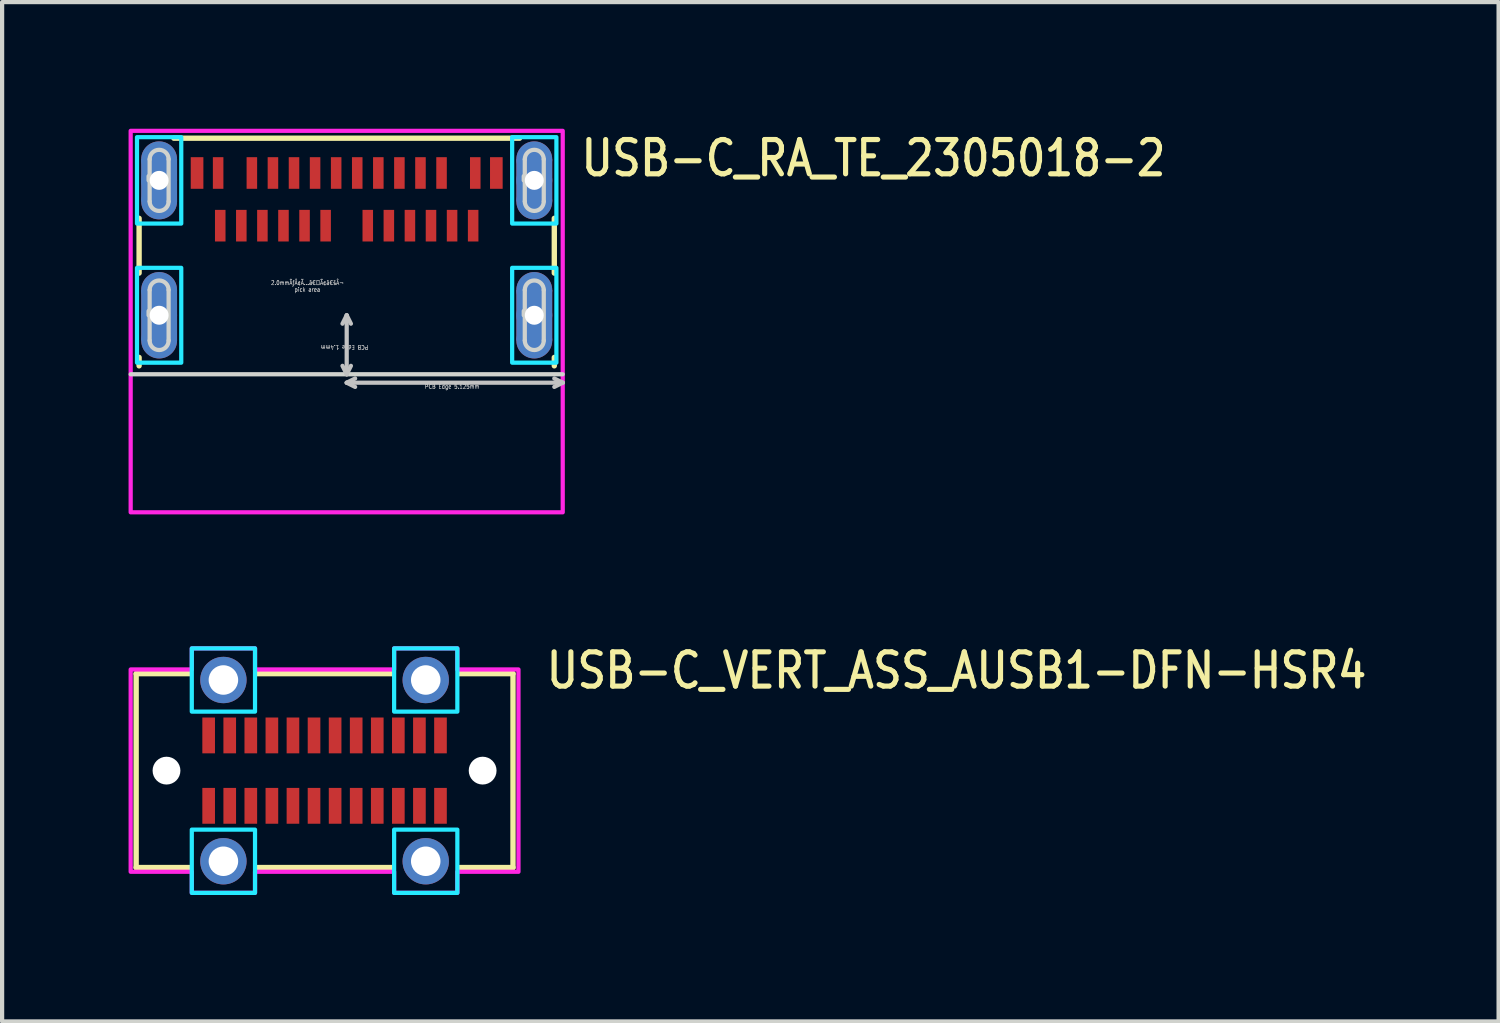
<source format=kicad_pcb>
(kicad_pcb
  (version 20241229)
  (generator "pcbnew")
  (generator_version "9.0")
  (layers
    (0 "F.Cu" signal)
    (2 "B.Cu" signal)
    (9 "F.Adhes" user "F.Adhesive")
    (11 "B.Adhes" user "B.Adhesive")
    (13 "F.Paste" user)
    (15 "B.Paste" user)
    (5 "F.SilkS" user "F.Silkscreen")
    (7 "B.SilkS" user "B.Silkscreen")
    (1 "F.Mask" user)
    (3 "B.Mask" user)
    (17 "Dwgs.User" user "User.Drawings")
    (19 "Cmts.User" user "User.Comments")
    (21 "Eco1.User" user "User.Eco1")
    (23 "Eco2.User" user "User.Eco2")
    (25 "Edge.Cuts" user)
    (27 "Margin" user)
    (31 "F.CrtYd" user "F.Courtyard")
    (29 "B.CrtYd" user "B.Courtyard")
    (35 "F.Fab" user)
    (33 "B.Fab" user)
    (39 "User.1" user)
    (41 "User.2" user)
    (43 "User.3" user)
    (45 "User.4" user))
  (footprint "USB-C_VERT_ASS_AUSB1-DFN-HSR4"
    (layer "F.Cu")
    (at 4.65 15.232)
    (property "Reference" "USB-C_VERT_ASS_AUSB1-DFN-HSR4" (at 5.2 -1.9 0) (unlocked yes) (layer "F.SilkS") (effects (font (size 0.813 0.695) (thickness 0.122)) (justify left bottom)))
    (fp_line (start -4.47 -2.3) (end -4.47 2.3) (stroke (width 0.127) (type solid)) (layer "F.SilkS"))
    (fp_line (start -4.47 2.3) (end -3.2 2.3) (stroke (width 0.127) (type solid)) (layer "F.SilkS"))
    (fp_line (start -3.2 -2.3) (end -4.47 -2.3) (stroke (width 0.127) (type solid)) (layer "F.SilkS"))
    (fp_line (start -1.6 2.3) (end 1.6 2.3) (stroke (width 0.127) (type solid)) (layer "F.SilkS"))
    (fp_line (start 1.6 -2.3) (end -1.6 -2.3) (stroke (width 0.127) (type solid)) (layer "F.SilkS"))
    (fp_line (start 3.2 2.3) (end 4.47 2.3) (stroke (width 0.127) (type solid)) (layer "F.SilkS"))
    (fp_line (start 4.47 -2.3) (end 3.2 -2.3) (stroke (width 0.127) (type solid)) (layer "F.SilkS"))
    (fp_line (start 4.47 2.3) (end 4.47 -2.3) (stroke (width 0.127) (type solid)) (layer "F.SilkS"))
    (fp_poly (pts (xy -3.15 -2.9) (xy -1.65 -2.9) (xy -1.65 -1.4) (xy -3.15 -1.4)) (stroke (width 0.1) (type solid)) (fill no) (layer "B.CrtYd"))
    (fp_poly (pts (xy -3.15 1.4) (xy -1.65 1.4) (xy -1.65 2.9) (xy -3.15 2.9)) (stroke (width 0.1) (type solid)) (fill no) (layer "B.CrtYd"))
    (fp_poly (pts (xy 1.65 -1.4) (xy 3.15 -1.4) (xy 3.15 -2.9) (xy 1.65 -2.9)) (stroke (width 0.1) (type solid)) (fill no) (layer "B.CrtYd"))
    (fp_poly (pts (xy 1.65 1.4) (xy 3.15 1.4) (xy 3.15 2.9) (xy 1.65 2.9)) (stroke (width 0.1) (type solid)) (fill no) (layer "B.CrtYd"))
    (fp_poly (pts (xy -4.6 -2.4) (xy -3.15 -2.4) (xy -3.15 -2.9) (xy -1.65 -2.9) (xy -1.65 -2.4) (xy 1.65 -2.4) (xy 1.65 -2.9) (xy 3.15 -2.9) (xy 3.15 -2.4) (xy 4.6 -2.4) (xy 4.6 2.4) (xy 3.15 2.4) (xy 3.15 2.9) (xy 1.65 2.9) (xy 1.65 2.4) (xy -1.65 2.4) (xy -1.65 2.9) (xy -3.15 2.9) (xy -3.15 2.4) (xy -4.6 2.4)) (stroke (width 0.1) (type solid)) (fill no) (layer "F.CrtYd"))
    (pad "" np_thru_hole circle (at -3.75 0) (size 0.66 0.66) (drill 0.66) (layers "*.Cu" "*.Mask"))
    (pad "" np_thru_hole circle (at 3.75 0) (size 0.66 0.66) (drill 0.66) (layers "*.Cu" "*.Mask"))
    (pad "A_1" smd rect (at -2.75 -0.835) (size 0.3 0.85) (layers "F.Cu" "F.Mask" "F.Paste"))
    (pad "A_2" smd rect (at -2.25 -0.835) (size 0.3 0.85) (layers "F.Cu" "F.Mask" "F.Paste"))
    (pad "A_3" smd rect (at -1.75 -0.835) (size 0.3 0.85) (layers "F.Cu" "F.Mask" "F.Paste"))
    (pad "A_4" smd rect (at -1.25 -0.835) (size 0.3 0.85) (layers "F.Cu" "F.Mask" "F.Paste"))
    (pad "A_5" smd rect (at -0.75 -0.835) (size 0.3 0.85) (layers "F.Cu" "F.Mask" "F.Paste"))
    (pad "A_6" smd rect (at -0.25 -0.835) (size 0.3 0.85) (layers "F.Cu" "F.Mask" "F.Paste"))
    (pad "A_7" smd rect (at 0.25 -0.835) (size 0.3 0.85) (layers "F.Cu" "F.Mask" "F.Paste"))
    (pad "A_8" smd rect (at 0.75 -0.835) (size 0.3 0.85) (layers "F.Cu" "F.Mask" "F.Paste"))
    (pad "A_9" smd rect (at 1.25 -0.835) (size 0.3 0.85) (layers "F.Cu" "F.Mask" "F.Paste"))
    (pad "A_10" smd rect (at 1.75 -0.835) (size 0.3 0.85) (layers "F.Cu" "F.Mask" "F.Paste"))
    (pad "A_11" smd rect (at 2.25 -0.835) (size 0.3 0.85) (layers "F.Cu" "F.Mask" "F.Paste"))
    (pad "A_12" smd rect (at 2.75 -0.835) (size 0.3 0.85) (layers "F.Cu" "F.Mask" "F.Paste"))
    (pad "B_1" smd rect (at 2.75 0.835) (size 0.3 0.85) (layers "F.Cu" "F.Mask" "F.Paste"))
    (pad "B_2" smd rect (at 2.25 0.835) (size 0.3 0.85) (layers "F.Cu" "F.Mask" "F.Paste"))
    (pad "B_3" smd rect (at 1.75 0.835) (size 0.3 0.85) (layers "F.Cu" "F.Mask" "F.Paste"))
    (pad "B_4" smd rect (at 1.25 0.835) (size 0.3 0.85) (layers "F.Cu" "F.Mask" "F.Paste"))
    (pad "B_5" smd rect (at 0.75 0.835) (size 0.3 0.85) (layers "F.Cu" "F.Mask" "F.Paste"))
    (pad "B_6" smd rect (at 0.25 0.835) (size 0.3 0.85) (layers "F.Cu" "F.Mask" "F.Paste"))
    (pad "B_7" smd rect (at -0.25 0.835) (size 0.3 0.85) (layers "F.Cu" "F.Mask" "F.Paste"))
    (pad "B_8" smd rect (at -0.75 0.835) (size 0.3 0.85) (layers "F.Cu" "F.Mask" "F.Paste"))
    (pad "B_9" smd rect (at -1.25 0.835) (size 0.3 0.85) (layers "F.Cu" "F.Mask" "F.Paste"))
    (pad "B_10" smd rect (at -1.75 0.835) (size 0.3 0.85) (layers "F.Cu" "F.Mask" "F.Paste"))
    (pad "B_11" smd rect (at -2.25 0.835) (size 0.3 0.85) (layers "F.Cu" "F.Mask" "F.Paste"))
    (pad "B_12" smd rect (at -2.75 0.835) (size 0.3 0.85) (layers "F.Cu" "F.Mask" "F.Paste"))
    (pad "S_1" thru_hole oval (at -2.4 -2.15) (size 1.1 1.1) (drill 0.7) (layers "*.Cu" "*.Mask"))
    (pad "S_2" thru_hole oval (at 2.4 -2.15) (size 1.1 1.1) (drill 0.7) (layers "*.Cu" "*.Mask"))
    (pad "S_3" thru_hole oval (at -2.4 2.15) (size 1.1 1.1) (drill 0.7) (layers "*.Cu" "*.Mask"))
    (pad "S_4" thru_hole oval (at 2.4 2.15) (size 1.1 1.1) (drill 0.7) (layers "*.Cu" "*.Mask")))
  (footprint "USB-C_RA_TE_2305018-2"
    (layer "F.Cu")
    (at 5.175 4.429)
    (property "Reference" "USB-C_RA_TE_2305018-2" (at 5.5 -3.25 0) (unlocked yes) (layer "F.SilkS") (effects (font (size 0.813 0.695) (thickness 0.122)) (justify left bottom)))
    (fp_circle (center -4.45 -3.7) (end -4.875 -3.7) (stroke (width 0) (type solid)) (fill yes) (layer "F.Cu"))
    (fp_circle (center -4.45 -2.7) (end -4.025 -2.7) (stroke (width 0) (type solid)) (fill yes) (layer "F.Cu"))
    (fp_circle (center -4.45 -0.6) (end -4.875 -0.6) (stroke (width 0) (type solid)) (fill yes) (layer "F.Cu"))
    (fp_circle (center -4.45 0.6) (end -4.025 0.6) (stroke (width 0) (type solid)) (fill yes) (layer "F.Cu"))
    (fp_circle (center 4.45 -3.7) (end 4.025 -3.7) (stroke (width 0) (type solid)) (fill yes) (layer "F.Cu"))
    (fp_circle (center 4.45 -2.7) (end 4.875 -2.7) (stroke (width 0) (type solid)) (fill yes) (layer "F.Cu"))
    (fp_circle (center 4.45 -0.6) (end 4.025 -0.6) (stroke (width 0) (type solid)) (fill yes) (layer "F.Cu"))
    (fp_circle (center 4.45 0.6) (end 4.875 0.6) (stroke (width 0) (type solid)) (fill yes) (layer "F.Cu"))
    (fp_poly (pts (xy -4.875 -3.7) (xy -4.025 -3.7) (xy -4.025 -2.7) (xy -4.875 -2.7)) (stroke (width 0) (type solid)) (fill yes) (layer "F.Cu"))
    (fp_poly (pts (xy -4.875 -0.6) (xy -4.025 -0.6) (xy -4.025 0.6) (xy -4.875 0.6)) (stroke (width 0) (type solid)) (fill yes) (layer "F.Cu"))
    (fp_poly (pts (xy 4.025 -3.7) (xy 4.875 -3.7) (xy 4.875 -2.7) (xy 4.025 -2.7)) (stroke (width 0) (type solid)) (fill yes) (layer "F.Cu"))
    (fp_poly (pts (xy 4.025 -0.6) (xy 4.875 -0.6) (xy 4.875 0.6) (xy 4.025 0.6)) (stroke (width 0) (type solid)) (fill yes) (layer "F.Cu"))
    (fp_circle (center -4.45 -3.7) (end -4.975 -3.7) (stroke (width 0) (type solid)) (fill yes) (layer "F.Mask"))
    (fp_circle (center -4.45 -2.7) (end -3.925 -2.7) (stroke (width 0) (type solid)) (fill yes) (layer "F.Mask"))
    (fp_circle (center -4.45 -0.6) (end -4.975 -0.6) (stroke (width 0) (type solid)) (fill yes) (layer "F.Mask"))
    (fp_circle (center -4.45 0.6) (end -3.925 0.6) (stroke (width 0) (type solid)) (fill yes) (layer "F.Mask"))
    (fp_circle (center 4.45 -3.7) (end 3.925 -3.7) (stroke (width 0) (type solid)) (fill yes) (layer "F.Mask"))
    (fp_circle (center 4.45 -2.7) (end 4.975 -2.7) (stroke (width 0) (type solid)) (fill yes) (layer "F.Mask"))
    (fp_circle (center 4.45 -0.6) (end 3.925 -0.6) (stroke (width 0) (type solid)) (fill yes) (layer "F.Mask"))
    (fp_circle (center 4.45 0.6) (end 4.975 0.6) (stroke (width 0) (type solid)) (fill yes) (layer "F.Mask"))
    (fp_poly (pts (xy -4.975 -3.7) (xy -3.925 -3.7) (xy -3.925 -2.7) (xy -4.975 -2.7)) (stroke (width 0) (type solid)) (fill yes) (layer "F.Mask"))
    (fp_poly (pts (xy -4.975 -0.6) (xy -3.925 -0.6) (xy -3.925 0.6) (xy -4.975 0.6)) (stroke (width 0) (type solid)) (fill yes) (layer "F.Mask"))
    (fp_poly (pts (xy 3.925 -3.7) (xy 4.975 -3.7) (xy 4.975 -2.7) (xy 3.925 -2.7)) (stroke (width 0) (type solid)) (fill yes) (layer "F.Mask"))
    (fp_poly (pts (xy 3.925 -0.6) (xy 4.975 -0.6) (xy 4.975 0.6) (xy 3.925 0.6)) (stroke (width 0) (type solid)) (fill yes) (layer "F.Mask"))
    (fp_circle (center -4.45 -3.7) (end -4.875 -3.7) (stroke (width 0) (type solid)) (fill yes) (layer "B.Cu"))
    (fp_circle (center -4.45 -2.7) (end -4.025 -2.7) (stroke (width 0) (type solid)) (fill yes) (layer "B.Cu"))
    (fp_circle (center -4.45 -0.6) (end -4.875 -0.6) (stroke (width 0) (type solid)) (fill yes) (layer "B.Cu"))
    (fp_circle (center -4.45 0.6) (end -4.025 0.6) (stroke (width 0) (type solid)) (fill yes) (layer "B.Cu"))
    (fp_circle (center 4.45 -3.7) (end 4.025 -3.7) (stroke (width 0) (type solid)) (fill yes) (layer "B.Cu"))
    (fp_circle (center 4.45 -2.7) (end 4.875 -2.7) (stroke (width 0) (type solid)) (fill yes) (layer "B.Cu"))
    (fp_circle (center 4.45 -0.6) (end 4.025 -0.6) (stroke (width 0) (type solid)) (fill yes) (layer "B.Cu"))
    (fp_circle (center 4.45 0.6) (end 4.875 0.6) (stroke (width 0) (type solid)) (fill yes) (layer "B.Cu"))
    (fp_poly (pts (xy -4.875 -3.7) (xy -4.025 -3.7) (xy -4.025 -2.7) (xy -4.875 -2.7)) (stroke (width 0) (type solid)) (fill yes) (layer "B.Cu"))
    (fp_poly (pts (xy -4.875 -0.6) (xy -4.025 -0.6) (xy -4.025 0.6) (xy -4.875 0.6)) (stroke (width 0) (type solid)) (fill yes) (layer "B.Cu"))
    (fp_poly (pts (xy 4.025 -3.7) (xy 4.875 -3.7) (xy 4.875 -2.7) (xy 4.025 -2.7)) (stroke (width 0) (type solid)) (fill yes) (layer "B.Cu"))
    (fp_poly (pts (xy 4.025 -0.6) (xy 4.875 -0.6) (xy 4.875 0.6) (xy 4.025 0.6)) (stroke (width 0) (type solid)) (fill yes) (layer "B.Cu"))
    (fp_circle (center -4.45 -3.7) (end -4.975 -3.7) (stroke (width 0) (type solid)) (fill yes) (layer "B.Mask"))
    (fp_circle (center -4.45 -2.7) (end -3.925 -2.7) (stroke (width 0) (type solid)) (fill yes) (layer "B.Mask"))
    (fp_circle (center -4.45 -0.6) (end -4.975 -0.6) (stroke (width 0) (type solid)) (fill yes) (layer "B.Mask"))
    (fp_circle (center -4.45 0.6) (end -3.925 0.6) (stroke (width 0) (type solid)) (fill yes) (layer "B.Mask"))
    (fp_circle (center 4.45 -3.7) (end 3.925 -3.7) (stroke (width 0) (type solid)) (fill yes) (layer "B.Mask"))
    (fp_circle (center 4.45 -2.7) (end 4.975 -2.7) (stroke (width 0) (type solid)) (fill yes) (layer "B.Mask"))
    (fp_circle (center 4.45 -0.6) (end 3.925 -0.6) (stroke (width 0) (type solid)) (fill yes) (layer "B.Mask"))
    (fp_circle (center 4.45 0.6) (end 4.975 0.6) (stroke (width 0) (type solid)) (fill yes) (layer "B.Mask"))
    (fp_poly (pts (xy -4.975 -3.7) (xy -3.925 -3.7) (xy -3.925 -2.7) (xy -4.975 -2.7)) (stroke (width 0) (type solid)) (fill yes) (layer "B.Mask"))
    (fp_poly (pts (xy -4.975 -0.6) (xy -3.925 -0.6) (xy -3.925 0.6) (xy -4.975 0.6)) (stroke (width 0) (type solid)) (fill yes) (layer "B.Mask"))
    (fp_poly (pts (xy 3.925 -3.7) (xy 4.975 -3.7) (xy 4.975 -2.7) (xy 3.925 -2.7)) (stroke (width 0) (type solid)) (fill yes) (layer "B.Mask"))
    (fp_poly (pts (xy 3.925 -0.6) (xy 4.975 -0.6) (xy 4.975 0.6) (xy 3.925 0.6)) (stroke (width 0) (type solid)) (fill yes) (layer "B.Mask"))
    (fp_line (start -4.925 -1) (end -4.925 -2.3) (stroke (width 0.127) (type solid)) (layer "F.SilkS"))
    (fp_line (start -4.925 1.2) (end -4.925 1) (stroke (width 0.127) (type solid)) (layer "F.SilkS"))
    (fp_line (start -4.1 -4.2) (end 4.1 -4.2) (stroke (width 0.127) (type solid)) (layer "F.SilkS"))
    (fp_line (start 4.925 -2.3) (end 4.925 -1) (stroke (width 0.127) (type solid)) (layer "F.SilkS"))
    (fp_line (start 4.925 1) (end 4.925 1.2) (stroke (width 0.127) (type solid)) (layer "F.SilkS"))
    (fp_line (start 0 0) (end -0.1 0.2) (stroke (width 0.1) (type solid)) (layer "Dwgs.User"))
    (fp_line (start 0 0) (end 0 1.4) (stroke (width 0.1) (type solid)) (layer "Dwgs.User"))
    (fp_line (start 0 0) (end 0.1 0.2) (stroke (width 0.1) (type solid)) (layer "Dwgs.User"))
    (fp_line (start 0 1.4) (end -0.1 1.2) (stroke (width 0.1) (type solid)) (layer "Dwgs.User"))
    (fp_line (start 0 1.4) (end 0.1 1.2) (stroke (width 0.1) (type solid)) (layer "Dwgs.User"))
    (fp_line (start 0 1.6) (end 0.2 1.5) (stroke (width 0.1) (type solid)) (layer "Dwgs.User"))
    (fp_line (start 0 1.6) (end 0.2 1.7) (stroke (width 0.1) (type solid)) (layer "Dwgs.User"))
    (fp_line (start 0 1.6) (end 5.125 1.6) (stroke (width 0.1) (type solid)) (layer "Dwgs.User"))
    (fp_line (start 5.125 1.6) (end 4.925 1.5) (stroke (width 0.1) (type solid)) (layer "Dwgs.User"))
    (fp_line (start 5.125 1.6) (end 4.925 1.7) (stroke (width 0.1) (type solid)) (layer "Dwgs.User"))
    (fp_circle (center 0 0.25) (end 1 0.25) (stroke (width 0.0001) (type solid)) (fill no) (layer "Dwgs.User"))
    (fp_line (start -5.125 1.4) (end 5.125 1.4) (stroke (width 0.1) (type solid)) (layer "Edge.Cuts"))
    (fp_line (start -4.7 -3.2) (end -4.7 -3.3) (stroke (width 0.1) (type solid)) (layer "Edge.Cuts"))
    (fp_line (start -4.7 0) (end -4.7 -0.1) (stroke (width 0.1) (type solid)) (layer "Edge.Cuts"))
    (fp_line (start -4.675 -3.7) (end -4.675 -2.7) (stroke (width 0.1) (type solid)) (layer "Edge.Cuts"))
    (fp_line (start -4.675 -0.6) (end -4.675 0.6) (stroke (width 0.1) (type solid)) (layer "Edge.Cuts"))
    (fp_line (start -4.225 -3.7) (end -4.225 -2.7) (stroke (width 0.1) (type solid)) (layer "Edge.Cuts"))
    (fp_line (start -4.225 -0.6) (end -4.225 0.6) (stroke (width 0.1) (type solid)) (layer "Edge.Cuts"))
    (fp_line (start 4.2 -3.2) (end 4.2 -3.3) (stroke (width 0.1) (type solid)) (layer "Edge.Cuts"))
    (fp_line (start 4.2 0) (end 4.2 -0.1) (stroke (width 0.1) (type solid)) (layer "Edge.Cuts"))
    (fp_line (start 4.225 -3.7) (end 4.225 -2.7) (stroke (width 0.1) (type solid)) (layer "Edge.Cuts"))
    (fp_line (start 4.225 -0.6) (end 4.225 0.6) (stroke (width 0.1) (type solid)) (layer "Edge.Cuts"))
    (fp_line (start 4.675 -3.7) (end 4.675 -2.7) (stroke (width 0.1) (type solid)) (layer "Edge.Cuts"))
    (fp_line (start 4.675 -0.6) (end 4.675 0.6) (stroke (width 0.1) (type solid)) (layer "Edge.Cuts"))
    (fp_arc (start -4.675 -3.7) (mid -4.45 -3.925) (end -4.225 -3.7) (stroke (width 0.1) (type solid)) (layer "Edge.Cuts"))
    (fp_arc (start -4.675 -0.6) (mid -4.45 -0.825) (end -4.225 -0.6) (stroke (width 0.1) (type solid)) (layer "Edge.Cuts"))
    (fp_arc (start -4.225 -2.7) (mid -4.45 -2.475) (end -4.675 -2.7) (stroke (width 0.1) (type solid)) (layer "Edge.Cuts"))
    (fp_arc (start -4.225 0.6) (mid -4.45 0.825) (end -4.675 0.6) (stroke (width 0.1) (type solid)) (layer "Edge.Cuts"))
    (fp_arc (start 4.225 -3.7) (mid 4.45 -3.925) (end 4.675 -3.7) (stroke (width 0.1) (type solid)) (layer "Edge.Cuts"))
    (fp_arc (start 4.225 -0.6) (mid 4.45 -0.825) (end 4.675 -0.6) (stroke (width 0.1) (type solid)) (layer "Edge.Cuts"))
    (fp_arc (start 4.675 -2.7) (mid 4.45 -2.475) (end 4.225 -2.7) (stroke (width 0.1) (type solid)) (layer "Edge.Cuts"))
    (fp_arc (start 4.675 0.6) (mid 4.45 0.825) (end 4.225 0.6) (stroke (width 0.1) (type solid)) (layer "Edge.Cuts"))
    (fp_poly (pts (xy -4.975 -4.225) (xy -3.925 -4.225) (xy -3.925 -2.175) (xy -4.975 -2.175)) (stroke (width 0.1) (type solid)) (fill no) (layer "B.CrtYd"))
    (fp_poly (pts (xy -4.975 -1.125) (xy -3.925 -1.125) (xy -3.925 1.125) (xy -4.975 1.125)) (stroke (width 0.1) (type solid)) (fill no) (layer "B.CrtYd"))
    (fp_poly (pts (xy 3.925 -4.225) (xy 4.975 -4.225) (xy 4.975 -2.175) (xy 3.925 -2.175)) (stroke (width 0.1) (type solid)) (fill no) (layer "B.CrtYd"))
    (fp_poly (pts (xy 3.925 -1.125) (xy 4.975 -1.125) (xy 4.975 1.125) (xy 3.925 1.125)) (stroke (width 0.1) (type solid)) (fill no) (layer "B.CrtYd"))
    (fp_poly (pts (xy -5.125 -4.375) (xy 5.125 -4.375) (xy 5.125 4.675) (xy -5.125 4.675)) (stroke (width 0.1) (type solid)) (fill no) (layer "F.CrtYd"))
    (fp_text user "PCB Edge 1.4mm" (at -0.05 0.7 180) (unlocked yes) (layer "Dwgs.User") (effects (font (size 0.1 0.086) (thickness 0.015)) (justify bottom)))
    (fp_text user "PCB Edge 5.125mm" (at 2.5 1.75 0) (unlocked yes) (layer "Dwgs.User") (effects (font (size 0.1 0.086) (thickness 0.015)) (justify bottom)))
    (fp_text user "2.0mmÃƒÂ¢Ã…â€™Ã¢â€šÂ¬ \npick area " (at -0.9 -0.55 0) (unlocked yes) (layer "Dwgs.User") (effects (font (size 0.1 0.086) (thickness 0.015)) (justify bottom)))
    (pad "A_1" smd rect (at -3.05 -3.375) (size 0.25 0.75) (layers "F.Cu" "F.Mask" "F.Paste"))
    (pad "A_2" smd rect (at -2.25 -3.375) (size 0.25 0.75) (layers "F.Cu" "F.Mask" "F.Paste"))
    (pad "A_3" smd rect (at -1.75 -3.375) (size 0.25 0.75) (layers "F.Cu" "F.Mask" "F.Paste"))
    (pad "A_4" smd rect (at -1.25 -3.375) (size 0.25 0.75) (layers "F.Cu" "F.Mask" "F.Paste"))
    (pad "A_5" smd rect (at -0.75 -3.375) (size 0.25 0.75) (layers "F.Cu" "F.Mask" "F.Paste"))
    (pad "A_6" smd rect (at -0.25 -3.375) (size 0.25 0.75) (layers "F.Cu" "F.Mask" "F.Paste"))
    (pad "A_7" smd rect (at 0.25 -3.375) (size 0.25 0.75) (layers "F.Cu" "F.Mask" "F.Paste"))
    (pad "A_8" smd rect (at 0.75 -3.375) (size 0.25 0.75) (layers "F.Cu" "F.Mask" "F.Paste"))
    (pad "A_9" smd rect (at 1.25 -3.375) (size 0.25 0.75) (layers "F.Cu" "F.Mask" "F.Paste"))
    (pad "A_10" smd rect (at 1.75 -3.375) (size 0.25 0.75) (layers "F.Cu" "F.Mask" "F.Paste"))
    (pad "A_11" smd rect (at 2.25 -3.375) (size 0.25 0.75) (layers "F.Cu" "F.Mask" "F.Paste"))
    (pad "A_12" smd rect (at 3.05 -3.375) (size 0.25 0.75) (layers "F.Cu" "F.Mask" "F.Paste"))
    (pad "B_1" smd rect (at 3 -2.125) (size 0.25 0.75) (layers "F.Cu" "F.Mask" "F.Paste"))
    (pad "B_2" smd rect (at 2.5 -2.125) (size 0.25 0.75) (layers "F.Cu" "F.Mask" "F.Paste"))
    (pad "B_3" smd rect (at 2 -2.125) (size 0.25 0.75) (layers "F.Cu" "F.Mask" "F.Paste"))
    (pad "B_4" smd rect (at 1.5 -2.125) (size 0.25 0.75) (layers "F.Cu" "F.Mask" "F.Paste"))
    (pad "B_5" smd rect (at 1 -2.125) (size 0.25 0.75) (layers "F.Cu" "F.Mask" "F.Paste"))
    (pad "B_6" smd rect (at 0.5 -2.125) (size 0.25 0.75) (layers "F.Cu" "F.Mask" "F.Paste"))
    (pad "B_7" smd rect (at -0.5 -2.125) (size 0.25 0.75) (layers "F.Cu" "F.Mask" "F.Paste"))
    (pad "B_8" smd rect (at -1 -2.125) (size 0.25 0.75) (layers "F.Cu" "F.Mask" "F.Paste"))
    (pad "B_9" smd rect (at -1.5 -2.125) (size 0.25 0.75) (layers "F.Cu" "F.Mask" "F.Paste"))
    (pad "B_10" smd rect (at -2 -2.125) (size 0.25 0.75) (layers "F.Cu" "F.Mask" "F.Paste"))
    (pad "B_11" smd rect (at -2.5 -2.125) (size 0.25 0.75) (layers "F.Cu" "F.Mask" "F.Paste"))
    (pad "B_12" smd rect (at -3 -2.125) (size 0.25 0.75) (layers "F.Cu" "F.Mask" "F.Paste"))
    (pad "G_1" smd rect (at -3.55 -3.375) (size 0.3 0.75) (layers "F.Cu" "F.Mask" "F.Paste"))
    (pad "G_2" smd rect (at 3.55 -3.375) (size 0.3 0.75) (layers "F.Cu" "F.Mask" "F.Paste"))
    (pad "S_1" thru_hole oval (at -4.45 0) (size 0.85 0.85) (drill 0.45) (layers "*.Cu" "*.Mask"))
    (pad "S_2" thru_hole oval (at 4.45 0) (size 0.85 0.85) (drill 0.45) (layers "*.Cu" "*.Mask"))
    (pad "S_3" thru_hole oval (at -4.45 -3.2) (size 0.85 0.85) (drill 0.45) (layers "*.Cu" "*.Mask"))
    (pad "S_4" thru_hole oval (at 4.45 -3.2) (size 0.85 0.85) (drill 0.45) (layers "*.Cu" "*.Mask")))
  (gr_rect
    (start -3 -3)
    (end 32.502 21.182)
    (stroke (width 0.1) (type default))
    (fill no)
    (layer "Edge.Cuts")))
</source>
